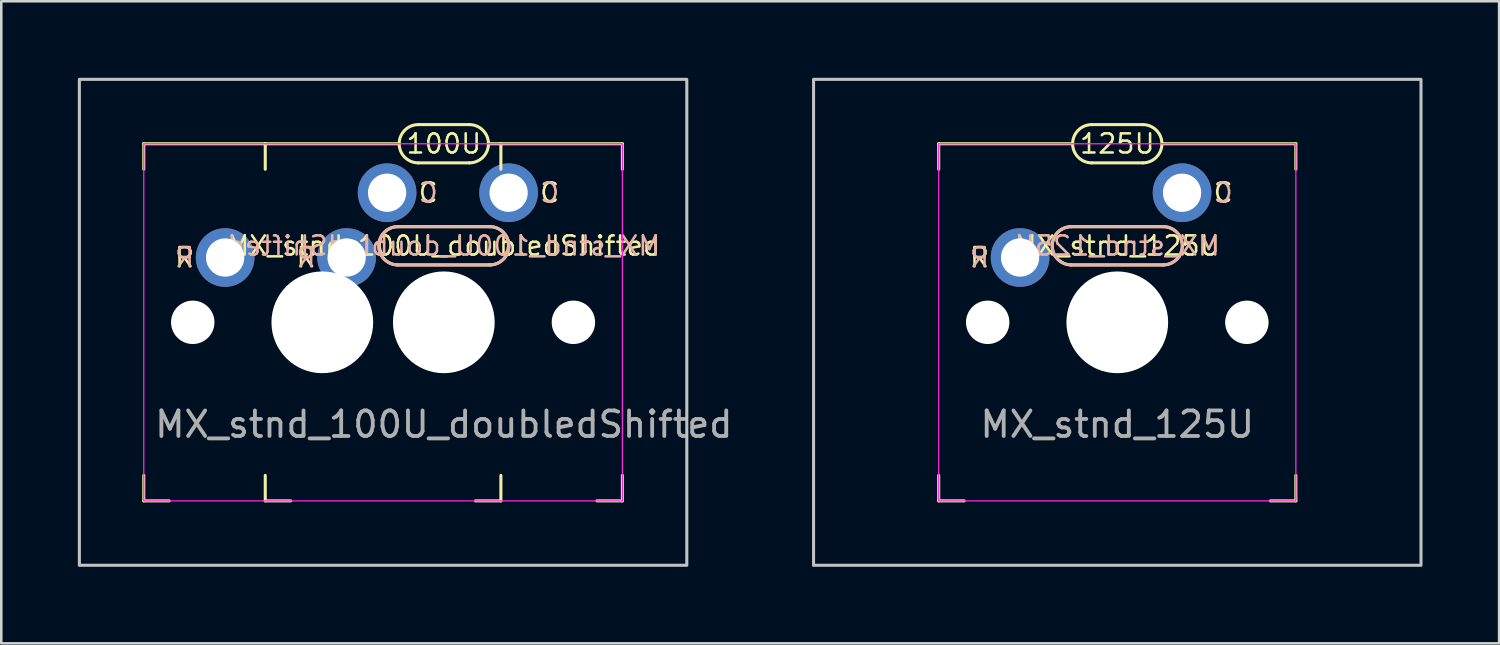
<source format=kicad_pcb>
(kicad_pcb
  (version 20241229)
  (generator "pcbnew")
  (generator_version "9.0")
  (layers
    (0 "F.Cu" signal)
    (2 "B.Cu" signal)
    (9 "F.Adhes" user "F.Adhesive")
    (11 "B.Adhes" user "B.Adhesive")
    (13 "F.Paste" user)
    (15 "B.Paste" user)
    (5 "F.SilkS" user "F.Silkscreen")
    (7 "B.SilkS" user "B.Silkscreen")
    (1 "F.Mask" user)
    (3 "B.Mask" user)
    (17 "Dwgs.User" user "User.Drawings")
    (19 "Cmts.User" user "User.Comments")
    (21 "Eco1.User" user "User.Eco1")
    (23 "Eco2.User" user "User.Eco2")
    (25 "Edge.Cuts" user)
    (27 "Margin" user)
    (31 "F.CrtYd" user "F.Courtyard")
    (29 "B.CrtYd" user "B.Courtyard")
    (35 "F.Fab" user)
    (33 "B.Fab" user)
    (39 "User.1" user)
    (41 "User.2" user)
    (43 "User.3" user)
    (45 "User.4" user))
  (footprint "MX_stnd_125U"
    (layer "F.Cu")
    (at 40.748 9.585)
    (property "Reference" "MX_stnd_125U" (at 0 -3 0) (unlocked yes) (layer "F.SilkS") (effects (font (size 0.75 0.75) (thickness 0.1))))
    (attr through_hole)
    (fp_line (start -7 -7) (end -1.75 -7) (stroke (width 0.12) (type solid)) (layer "F.SilkS"))
    (fp_line (start -7 -6) (end -7 -7) (stroke (width 0.12) (type solid)) (layer "F.SilkS"))
    (fp_line (start -7 7) (end -7 6) (stroke (width 0.12) (type solid)) (layer "F.SilkS"))
    (fp_line (start -6 7) (end -7 7) (stroke (width 0.12) (type solid)) (layer "F.SilkS"))
    (fp_line (start -1.8 -3.75) (end 1.8 -3.75) (stroke (width 0.12) (type solid)) (layer "F.SilkS"))
    (fp_line (start -1 -7.75) (end 1 -7.75) (stroke (width 0.12) (type solid)) (layer "F.SilkS"))
    (fp_line (start 1 -6.25) (end -1 -6.25) (stroke (width 0.12) (type solid)) (layer "F.SilkS"))
    (fp_line (start 1.8 -2.25) (end -1.8 -2.25) (stroke (width 0.12) (type solid)) (layer "F.SilkS"))
    (fp_line (start 6 7) (end 7 7) (stroke (width 0.12) (type solid)) (layer "F.SilkS"))
    (fp_line (start 7 -7) (end 1.75 -7) (stroke (width 0.12) (type solid)) (layer "F.SilkS"))
    (fp_line (start 7 -7) (end 7 -6) (stroke (width 0.12) (type solid)) (layer "F.SilkS"))
    (fp_line (start 7 7) (end 7 6) (stroke (width 0.12) (type solid)) (layer "F.SilkS"))
    (fp_arc (start -1.8 -2.25) (mid -2.55 -3) (end -1.8 -3.75) (stroke (width 0.12) (type solid)) (layer "F.SilkS"))
    (fp_arc (start -1 -6.25) (mid -1.75 -7) (end -1 -7.75) (stroke (width 0.12) (type solid)) (layer "F.SilkS"))
    (fp_arc (start 1 -7.75) (mid 1.75 -7) (end 1 -6.25) (stroke (width 0.12) (type solid)) (layer "F.SilkS"))
    (fp_arc (start 1.8 -3.75) (mid 2.55 -3) (end 1.8 -2.25) (stroke (width 0.12) (type solid)) (layer "F.SilkS"))
    (fp_line (start -1.8 -2.25) (end 1.8 -2.25) (stroke (width 0.12) (type solid)) (layer "B.SilkS"))
    (fp_line (start 1.8 -3.75) (end -1.8 -3.75) (stroke (width 0.12) (type solid)) (layer "B.SilkS"))
    (fp_arc (start -1.8 -2.25) (mid -2.55 -3) (end -1.8 -3.75) (stroke (width 0.12) (type solid)) (layer "B.SilkS"))
    (fp_arc (start 1.8 -3.75) (mid 2.55 -3) (end 1.8 -2.25) (stroke (width 0.12) (type solid)) (layer "B.SilkS"))
    (fp_rect (start -11.906 -9.525) (end 11.906 9.525) (stroke (width 0.12) (type solid)) (fill no) (layer "Dwgs.User"))
    (fp_rect (start -7 -7) (end 7 7) (stroke (width 0.05) (type solid)) (fill no) (layer "F.CrtYd"))
    (fp_text user "C" (at 4.15 -5.08 0) (unlocked yes) (layer "F.SilkS") (effects (font (size 0.75 0.75) (thickness 0.1))))
    (fp_text user "R" (at -5.4 -2.54 0) (unlocked yes) (layer "F.SilkS") (effects (font (size 0.75 0.75) (thickness 0.1))))
    (fp_text user "125U" (at 0 -7 0) (unlocked yes) (layer "F.SilkS") (effects (font (size 0.75 0.75) (thickness 0.1))))
    (fp_text user "R" (at -5.4 -2.54 0) (unlocked yes) (layer "B.SilkS") (effects (font (size 0.75 0.75) (thickness 0.1)) (justify mirror)))
    (fp_text user "${REFERENCE}" (at 0 -3 0) (unlocked yes) (layer "B.SilkS") (effects (font (size 0.75 0.75) (thickness 0.1)) (justify mirror)))
    (fp_text user "C" (at 4.15 -5.08 0) (unlocked yes) (layer "B.SilkS") (effects (font (size 0.75 0.75) (thickness 0.1)) (justify mirror)))
    (fp_text user "${REFERENCE}" (at 0 4 0) (unlocked yes) (layer "F.Fab") (effects (font (size 1 1) (thickness 0.15))))
    (pad "" np_thru_hole circle (at -5.08 0) (size 1.702 1.702) (drill 1.702) (layers "*.Cu" "*.Mask"))
    (pad "" np_thru_hole circle (at 0 0) (size 3.988 3.988) (drill 3.988) (layers "*.Cu" "*.Mask"))
    (pad "" np_thru_hole circle (at 5.08 0) (size 1.702 1.702) (drill 1.702) (layers "*.Cu" "*.Mask"))
    (pad "1" thru_hole circle (at 2.54 -5.08) (size 2.3 2.3) (drill 1.5) (layers "*.Cu" "*.Mask"))
    (pad "2" thru_hole circle (at -3.81 -2.54) (size 2.3 2.3) (drill 1.5) (layers "*.Cu" "*.Mask")))
  (footprint "MX_stnd_100U_doubledShifted"
    (layer "F.Cu")
    (at 14.348 9.585)
    (property "Reference" "MX_stnd_100U_doubledShifted" (at 0 -3 0) (unlocked yes) (layer "F.SilkS") (effects (font (size 0.75 0.75) (thickness 0.1))))
    (attr through_hole)
    (fp_line (start -11.762 -7) (end -7 -7) (stroke (width 0.12) (type solid)) (layer "F.SilkS"))
    (fp_line (start -11.762 -6) (end -11.762 -7) (stroke (width 0.12) (type solid)) (layer "F.SilkS"))
    (fp_line (start -11.762 7) (end -11.762 6) (stroke (width 0.12) (type solid)) (layer "F.SilkS"))
    (fp_line (start -10.762 7) (end -11.762 7) (stroke (width 0.12) (type solid)) (layer "F.SilkS"))
    (fp_line (start -7 -7) (end -1.75 -7) (stroke (width 0.12) (type solid)) (layer "F.SilkS"))
    (fp_line (start -7 -6) (end -7 -7) (stroke (width 0.12) (type solid)) (layer "F.SilkS"))
    (fp_line (start -7 7) (end -7 6) (stroke (width 0.12) (type solid)) (layer "F.SilkS"))
    (fp_line (start -6 7) (end -7 7) (stroke (width 0.12) (type solid)) (layer "F.SilkS"))
    (fp_line (start -1.8 -3.75) (end 1.8 -3.75) (stroke (width 0.12) (type solid)) (layer "F.SilkS"))
    (fp_line (start -1 -7.75) (end 1 -7.75) (stroke (width 0.12) (type solid)) (layer "F.SilkS"))
    (fp_line (start 1 -6.25) (end -1 -6.25) (stroke (width 0.12) (type solid)) (layer "F.SilkS"))
    (fp_line (start 1.238 7) (end 2.237 7) (stroke (width 0.12) (type solid)) (layer "F.SilkS"))
    (fp_line (start 1.8 -2.25) (end -1.8 -2.25) (stroke (width 0.12) (type solid)) (layer "F.SilkS"))
    (fp_line (start 2.237 -7) (end 2.237 -6) (stroke (width 0.12) (type solid)) (layer "F.SilkS"))
    (fp_line (start 2.237 7) (end 2.237 6) (stroke (width 0.12) (type solid)) (layer "F.SilkS"))
    (fp_line (start 6 7) (end 7 7) (stroke (width 0.12) (type solid)) (layer "F.SilkS"))
    (fp_line (start 7 -7) (end 1.75 -7) (stroke (width 0.12) (type solid)) (layer "F.SilkS"))
    (fp_line (start 7 -7) (end 7 -6) (stroke (width 0.12) (type solid)) (layer "F.SilkS"))
    (fp_line (start 7 7) (end 7 6) (stroke (width 0.12) (type solid)) (layer "F.SilkS"))
    (fp_arc (start -1.8 -2.25) (mid -2.55 -3) (end -1.8 -3.75) (stroke (width 0.12) (type solid)) (layer "F.SilkS"))
    (fp_arc (start -1 -6.25) (mid -1.75 -7) (end -1 -7.75) (stroke (width 0.12) (type solid)) (layer "F.SilkS"))
    (fp_arc (start 1 -7.75) (mid 1.75 -7) (end 1 -6.25) (stroke (width 0.12) (type solid)) (layer "F.SilkS"))
    (fp_arc (start 1.8 -3.75) (mid 2.55 -3) (end 1.8 -2.25) (stroke (width 0.12) (type solid)) (layer "F.SilkS"))
    (fp_line (start -1.8 -2.25) (end 1.8 -2.25) (stroke (width 0.12) (type solid)) (layer "B.SilkS"))
    (fp_line (start 1.8 -3.75) (end -1.8 -3.75) (stroke (width 0.12) (type solid)) (layer "B.SilkS"))
    (fp_arc (start -1.8 -2.25) (mid -2.55 -3) (end -1.8 -3.75) (stroke (width 0.12) (type solid)) (layer "B.SilkS"))
    (fp_arc (start 1.8 -3.75) (mid 2.55 -3) (end 1.8 -2.25) (stroke (width 0.12) (type solid)) (layer "B.SilkS"))
    (fp_rect (start -14.287 -9.525) (end 9.525 9.525) (stroke (width 0.12) (type solid)) (fill no) (layer "Dwgs.User"))
    (fp_rect (start -11.762 -7) (end 7 7) (stroke (width 0.05) (type solid)) (fill no) (layer "F.CrtYd"))
    (fp_text user "C" (at 4.15 -5.08 0) (unlocked yes) (layer "F.SilkS") (effects (font (size 0.75 0.75) (thickness 0.1))))
    (fp_text user "R" (at -10.162 -2.54 0) (unlocked yes) (layer "F.SilkS") (effects (font (size 0.75 0.75) (thickness 0.1))))
    (fp_text user "R" (at -5.4 -2.54 0) (unlocked yes) (layer "F.SilkS") (effects (font (size 0.75 0.75) (thickness 0.1))))
    (fp_text user "C" (at -0.613 -5.08 0) (unlocked yes) (layer "F.SilkS") (effects (font (size 0.75 0.75) (thickness 0.1))))
    (fp_text user "100U" (at 0 -7 0) (unlocked yes) (layer "F.SilkS") (effects (font (size 0.75 0.75) (thickness 0.1))))
    (fp_text user "${REFERENCE}" (at 0 -3 0) (unlocked yes) (layer "B.SilkS") (effects (font (size 0.75 0.75) (thickness 0.1)) (justify mirror)))
    (fp_text user "R" (at -5.4 -2.54 0) (unlocked yes) (layer "B.SilkS") (effects (font (size 0.75 0.75) (thickness 0.1)) (justify mirror)))
    (fp_text user "C" (at -0.613 -5.08 0) (unlocked yes) (layer "B.SilkS") (effects (font (size 0.75 0.75) (thickness 0.1)) (justify mirror)))
    (fp_text user "R" (at -10.162 -2.54 0) (unlocked yes) (layer "B.SilkS") (effects (font (size 0.75 0.75) (thickness 0.1)) (justify mirror)))
    (fp_text user "C" (at 4.15 -5.08 0) (unlocked yes) (layer "B.SilkS") (effects (font (size 0.75 0.75) (thickness 0.1)) (justify mirror)))
    (fp_text user "${REFERENCE}" (at 0 4 0) (unlocked yes) (layer "F.Fab") (effects (font (size 1 1) (thickness 0.15))))
    (pad "" np_thru_hole circle (at -9.842 0) (size 1.702 1.702) (drill 1.702) (layers "*.Cu" "*.Mask"))
    (pad "" np_thru_hole circle (at -4.763 0) (size 3.988 3.988) (drill 3.988) (layers "*.Cu" "*.Mask"))
    (pad "" np_thru_hole circle (at 0 0) (size 3.988 3.988) (drill 3.988) (layers "*.Cu" "*.Mask"))
    (pad "" np_thru_hole circle (at 5.08 0) (size 1.702 1.702) (drill 1.702) (layers "*.Cu" "*.Mask"))
    (pad "1" thru_hole circle (at -2.223 -5.08) (size 2.3 2.3) (drill 1.5) (layers "*.Cu" "*.Mask"))
    (pad "1" thru_hole circle (at 2.54 -5.08) (size 2.3 2.3) (drill 1.5) (layers "*.Cu" "*.Mask"))
    (pad "2" thru_hole circle (at -8.572 -2.54) (size 2.3 2.3) (drill 1.5) (layers "*.Cu" "*.Mask"))
    (pad "2" thru_hole circle (at -3.81 -2.54) (size 2.3 2.3) (drill 1.5) (layers "*.Cu" "*.Mask")))
  (gr_rect
    (start -3 -3)
    (end 55.715 22.17)
    (stroke (width 0.1) (type default))
    (fill no)
    (layer "Edge.Cuts")))
</source>
